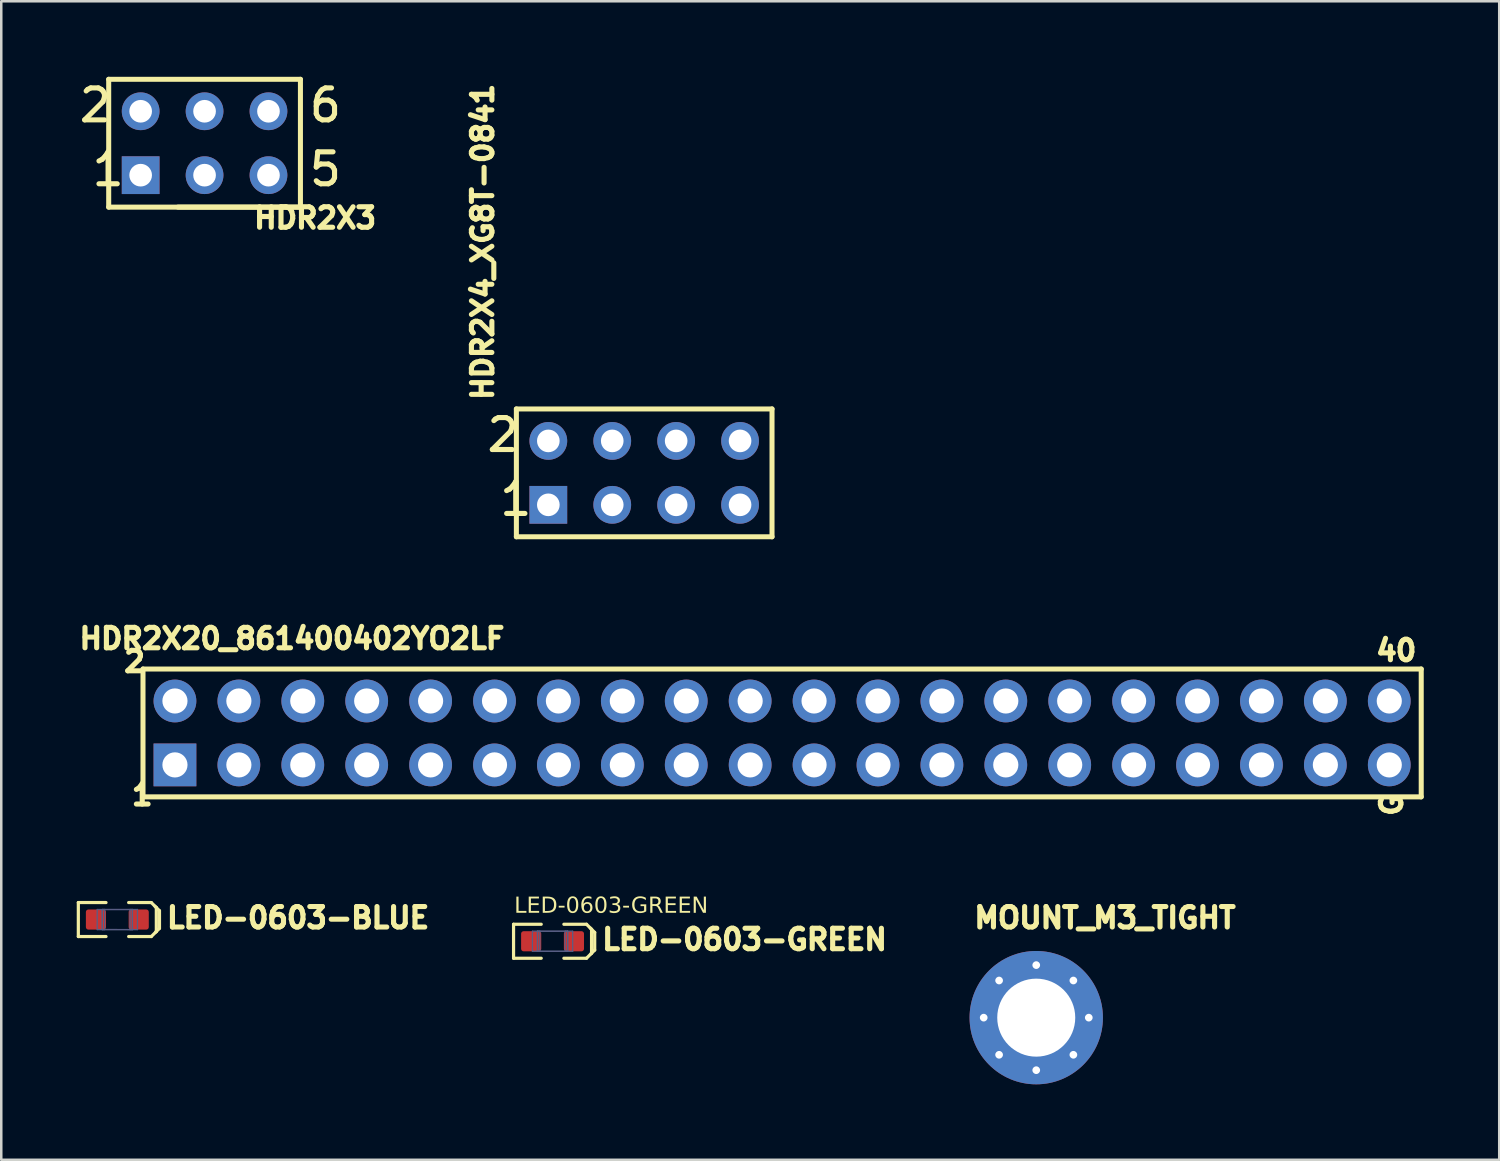
<source format=kicad_pcb>
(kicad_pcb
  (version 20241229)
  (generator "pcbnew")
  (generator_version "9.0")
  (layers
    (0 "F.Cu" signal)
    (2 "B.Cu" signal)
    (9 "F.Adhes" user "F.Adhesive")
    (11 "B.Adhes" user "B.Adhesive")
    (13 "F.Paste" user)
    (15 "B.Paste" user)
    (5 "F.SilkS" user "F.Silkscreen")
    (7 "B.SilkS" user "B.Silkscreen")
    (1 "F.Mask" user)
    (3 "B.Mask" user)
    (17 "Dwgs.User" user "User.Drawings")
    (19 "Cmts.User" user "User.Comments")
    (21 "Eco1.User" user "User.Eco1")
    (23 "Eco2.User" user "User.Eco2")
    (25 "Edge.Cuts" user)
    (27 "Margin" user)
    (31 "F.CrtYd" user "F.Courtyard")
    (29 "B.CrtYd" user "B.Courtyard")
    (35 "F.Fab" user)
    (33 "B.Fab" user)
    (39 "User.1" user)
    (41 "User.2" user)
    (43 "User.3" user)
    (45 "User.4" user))
  (footprint "HDR2X20_861400402YO2LF"
    (layer "F.Cu")
    (at 3.903 27.349)
    (property "Reference" "HDR2X20_861400402YO2LF" (at -3.903 -4.544 0) (unlocked yes) (layer "F.SilkS") (effects (font (size 0.813 0.813) (thickness 0.203)) (justify left bottom)))
    (fp_line (start -1.27 -3.81) (end 49.53 -3.81) (stroke (width 0.2) (type solid)) (layer "F.SilkS"))
    (fp_line (start -1.27 1.27) (end -1.27 -3.81) (stroke (width 0.2) (type solid)) (layer "F.SilkS"))
    (fp_line (start -1.27 1.27) (end 49.53 1.27) (stroke (width 0.2) (type solid)) (layer "F.SilkS"))
    (fp_line (start 49.53 1.27) (end 49.53 -3.81) (stroke (width 0.2) (type solid)) (layer "F.SilkS"))
    (fp_text user "1" (at -1.821 1.665 0) (unlocked yes) (layer "F.SilkS") (effects (font (size 0.813 0.813) (thickness 0.203)) (justify left bottom)))
    (fp_text user "2" (at -2.126 -3.63 0) (unlocked yes) (layer "F.SilkS") (effects (font (size 0.813 0.813) (thickness 0.203)) (justify left bottom)))
    (fp_text user "G" (at 48.83 2.13 90) (unlocked yes) (layer "F.SilkS") (effects (font (size 0.813 0.813) (thickness 0.203)) (justify left bottom)))
    (fp_text user "40" (at 47.63 -4.07 0) (unlocked yes) (layer "F.SilkS") (effects (font (size 0.813 0.813) (thickness 0.203)) (justify left bottom)))
    (pad "1" thru_hole rect (at 0 0) (size 1.7 1.7) (drill 1) (layers "*.Cu" "*.Mask"))
    (pad "2" thru_hole circle (at 0 -2.54) (size 1.7 1.7) (drill 1) (layers "*.Cu" "*.Mask"))
    (pad "3" thru_hole circle (at 2.54 0) (size 1.7 1.7) (drill 1) (layers "*.Cu" "*.Mask"))
    (pad "4" thru_hole circle (at 2.54 -2.54) (size 1.7 1.7) (drill 1) (layers "*.Cu" "*.Mask"))
    (pad "5" thru_hole circle (at 5.08 0) (size 1.7 1.7) (drill 1) (layers "*.Cu" "*.Mask"))
    (pad "6" thru_hole circle (at 5.08 -2.54) (size 1.7 1.7) (drill 1) (layers "*.Cu" "*.Mask"))
    (pad "7" thru_hole circle (at 7.62 0) (size 1.7 1.7) (drill 1) (layers "*.Cu" "*.Mask"))
    (pad "8" thru_hole circle (at 7.62 -2.54) (size 1.7 1.7) (drill 1) (layers "*.Cu" "*.Mask"))
    (pad "9" thru_hole circle (at 10.16 0) (size 1.7 1.7) (drill 1) (layers "*.Cu" "*.Mask"))
    (pad "10" thru_hole circle (at 10.16 -2.54) (size 1.7 1.7) (drill 1) (layers "*.Cu" "*.Mask"))
    (pad "11" thru_hole circle (at 12.7 0) (size 1.7 1.7) (drill 1) (layers "*.Cu" "*.Mask"))
    (pad "12" thru_hole circle (at 12.7 -2.54) (size 1.7 1.7) (drill 1) (layers "*.Cu" "*.Mask"))
    (pad "13" thru_hole circle (at 15.24 0) (size 1.7 1.7) (drill 1) (layers "*.Cu" "*.Mask"))
    (pad "14" thru_hole circle (at 15.24 -2.54) (size 1.7 1.7) (drill 1) (layers "*.Cu" "*.Mask"))
    (pad "15" thru_hole circle (at 17.78 0) (size 1.7 1.7) (drill 1) (layers "*.Cu" "*.Mask"))
    (pad "16" thru_hole circle (at 17.78 -2.54) (size 1.7 1.7) (drill 1) (layers "*.Cu" "*.Mask"))
    (pad "17" thru_hole circle (at 20.32 0) (size 1.7 1.7) (drill 1) (layers "*.Cu" "*.Mask"))
    (pad "18" thru_hole circle (at 20.32 -2.54) (size 1.7 1.7) (drill 1) (layers "*.Cu" "*.Mask"))
    (pad "19" thru_hole circle (at 22.86 0) (size 1.7 1.7) (drill 1) (layers "*.Cu" "*.Mask"))
    (pad "20" thru_hole circle (at 22.86 -2.54) (size 1.7 1.7) (drill 1) (layers "*.Cu" "*.Mask"))
    (pad "21" thru_hole circle (at 25.4 0) (size 1.7 1.7) (drill 1) (layers "*.Cu" "*.Mask"))
    (pad "22" thru_hole circle (at 25.4 -2.54) (size 1.7 1.7) (drill 1) (layers "*.Cu" "*.Mask"))
    (pad "23" thru_hole circle (at 27.94 0) (size 1.7 1.7) (drill 1) (layers "*.Cu" "*.Mask"))
    (pad "24" thru_hole circle (at 27.94 -2.54) (size 1.7 1.7) (drill 1) (layers "*.Cu" "*.Mask"))
    (pad "25" thru_hole circle (at 30.48 0) (size 1.7 1.7) (drill 1) (layers "*.Cu" "*.Mask"))
    (pad "26" thru_hole circle (at 30.48 -2.54) (size 1.7 1.7) (drill 1) (layers "*.Cu" "*.Mask"))
    (pad "27" thru_hole circle (at 33.02 0) (size 1.7 1.7) (drill 1) (layers "*.Cu" "*.Mask"))
    (pad "28" thru_hole circle (at 33.02 -2.54) (size 1.7 1.7) (drill 1) (layers "*.Cu" "*.Mask"))
    (pad "29" thru_hole circle (at 35.56 0) (size 1.7 1.7) (drill 1) (layers "*.Cu" "*.Mask"))
    (pad "30" thru_hole circle (at 35.56 -2.54) (size 1.7 1.7) (drill 1) (layers "*.Cu" "*.Mask"))
    (pad "31" thru_hole circle (at 38.1 0) (size 1.7 1.7) (drill 1) (layers "*.Cu" "*.Mask"))
    (pad "32" thru_hole circle (at 38.1 -2.54) (size 1.7 1.7) (drill 1) (layers "*.Cu" "*.Mask"))
    (pad "33" thru_hole circle (at 40.64 0) (size 1.7 1.7) (drill 1) (layers "*.Cu" "*.Mask"))
    (pad "34" thru_hole circle (at 40.64 -2.54) (size 1.7 1.7) (drill 1) (layers "*.Cu" "*.Mask"))
    (pad "35" thru_hole circle (at 43.18 0) (size 1.7 1.7) (drill 1) (layers "*.Cu" "*.Mask"))
    (pad "36" thru_hole circle (at 43.18 -2.54) (size 1.7 1.7) (drill 1) (layers "*.Cu" "*.Mask"))
    (pad "37" thru_hole circle (at 45.72 0) (size 1.7 1.7) (drill 1) (layers "*.Cu" "*.Mask"))
    (pad "38" thru_hole circle (at 45.72 -2.54) (size 1.7 1.7) (drill 1) (layers "*.Cu" "*.Mask"))
    (pad "39" thru_hole circle (at 48.26 0) (size 1.7 1.7) (drill 1) (layers "*.Cu" "*.Mask"))
    (pad "40" thru_hole circle (at 48.26 -2.54) (size 1.7 1.7) (drill 1) (layers "*.Cu" "*.Mask")))
  (footprint "HDR2X4_XG8T-0841"
    (layer "F.Cu")
    (at 18.742 17.013)
    (property "Reference" "HDR2X4_XG8T-0841" (at -2.134 -4.064 90) (unlocked yes) (layer "F.SilkS") (effects (font (size 0.813 0.813) (thickness 0.203)) (justify left bottom)))
    (fp_line (start -1.27 1.27) (end -1.27 -3.81) (stroke (width 0.2) (type solid)) (layer "F.SilkS"))
    (fp_line (start 8.89 -3.81) (end -1.27 -3.81) (stroke (width 0.2) (type solid)) (layer "F.SilkS"))
    (fp_line (start 8.89 1.27) (end -1.27 1.27) (stroke (width 0.2) (type solid)) (layer "F.SilkS"))
    (fp_line (start 8.89 1.27) (end 8.89 -3.81) (stroke (width 0.2) (type solid)) (layer "F.SilkS"))
    (fp_text user "1" (at -2.032 0.508 0) (unlocked yes) (layer "F.SilkS") (effects (font (size 1.27 1.27) (thickness 0.203)) (justify left bottom)))
    (fp_text user "2" (at -2.54 -2.032 0) (unlocked yes) (layer "F.SilkS") (effects (font (size 1.27 1.27) (thickness 0.203)) (justify left bottom)))
    (pad "1" thru_hole rect (at 0 0) (size 1.5 1.5) (drill 0.9) (layers "*.Cu" "*.Mask"))
    (pad "2" thru_hole circle (at 0 -2.54) (size 1.5 1.5) (drill 0.9) (layers "*.Cu" "*.Mask"))
    (pad "3" thru_hole circle (at 2.54 0) (size 1.5 1.5) (drill 0.9) (layers "*.Cu" "*.Mask"))
    (pad "4" thru_hole circle (at 2.54 -2.54) (size 1.5 1.5) (drill 0.9) (layers "*.Cu" "*.Mask"))
    (pad "5" thru_hole circle (at 5.08 0) (size 1.5 1.5) (drill 0.9) (layers "*.Cu" "*.Mask"))
    (pad "6" thru_hole circle (at 5.08 -2.54) (size 1.5 1.5) (drill 0.9) (layers "*.Cu" "*.Mask"))
    (pad "7" thru_hole circle (at 7.62 0) (size 1.5 1.5) (drill 0.9) (layers "*.Cu" "*.Mask"))
    (pad "8" thru_hole circle (at 7.62 -2.54) (size 1.5 1.5) (drill 0.9) (layers "*.Cu" "*.Mask")))
  (footprint "LED-0603-GREEN"
    (layer "F.Cu")
    (at 18.91 34.358)
    (property "Reference" "LED-0603-GREEN" (at 1.863 0.406 0) (unlocked yes) (layer "F.SilkS") (effects (font (size 0.813 0.813) (thickness 0.203)) (justify left bottom)))
    (fp_line (start -1.55 -0.675) (end -0.45 -0.675) (stroke (width 0.127) (type solid)) (layer "F.SilkS"))
    (fp_line (start -1.55 0.675) (end -1.55 -0.675) (stroke (width 0.127) (type solid)) (layer "F.SilkS"))
    (fp_line (start -1.55 0.675) (end -0.45 0.675) (stroke (width 0.127) (type solid)) (layer "F.SilkS"))
    (fp_line (start 0.45 -0.675) (end 1.35 -0.675) (stroke (width 0.127) (type solid)) (layer "F.SilkS"))
    (fp_line (start 0.45 0.675) (end 1.35 0.675) (stroke (width 0.127) (type solid)) (layer "F.SilkS"))
    (fp_line (start 1.35 -0.675) (end 1.55 -0.475) (stroke (width 0.127) (type solid)) (layer "F.SilkS"))
    (fp_line (start 1.35 0.675) (end 1.55 0.475) (stroke (width 0.127) (type solid)) (layer "F.SilkS"))
    (fp_line (start 1.5 -0.525) (end 1.675 -0.35) (stroke (width 0.127) (type solid)) (layer "F.SilkS"))
    (fp_line (start 1.525 0.5) (end 1.675 0.35) (stroke (width 0.127) (type solid)) (layer "F.SilkS"))
    (fp_line (start 1.55 0.475) (end 1.55 -0.475) (stroke (width 0.127) (type solid)) (layer "F.SilkS"))
    (fp_line (start 1.675 0.35) (end 1.675 -0.35) (stroke (width 0.127) (type solid)) (layer "F.SilkS"))
    (fp_line (start -1.55 -0.675) (end 1.55 -0.675) (stroke (width 0.076) (type solid)) (layer "Eco1.User"))
    (fp_line (start -1.55 0.675) (end -1.55 -0.675) (stroke (width 0.076) (type solid)) (layer "Eco1.User"))
    (fp_line (start -1.55 0.675) (end 1.55 0.675) (stroke (width 0.076) (type solid)) (layer "Eco1.User"))
    (fp_line (start 1.55 0.675) (end 1.55 -0.675) (stroke (width 0.076) (type solid)) (layer "Eco1.User"))
    (fp_circle (center 0 0) (end 0 -0.064) (stroke (width 0.127) (type solid)) (fill no) (layer "Eco1.User"))
    (fp_line (start -0.8 -0.4) (end -0.5 -0.4) (stroke (width 0.05) (type solid)) (layer "B.Fab"))
    (fp_line (start -0.8 0.4) (end -0.8 -0.4) (stroke (width 0.05) (type solid)) (layer "B.Fab"))
    (fp_line (start -0.8 0.4) (end -0.5 0.4) (stroke (width 0.05) (type solid)) (layer "B.Fab"))
    (fp_line (start -0.6 -0.399) (end 0.6 -0.4) (stroke (width 0.05) (type solid)) (layer "B.Fab"))
    (fp_line (start -0.6 0.399) (end 0.6 0.4) (stroke (width 0.05) (type solid)) (layer "B.Fab"))
    (fp_line (start -0.6 0.4) (end -0.6 -0.399) (stroke (width 0.05) (type solid)) (layer "B.Fab"))
    (fp_line (start -0.599 -0.398) (end 0.599 -0.398) (stroke (width 0.05) (type solid)) (layer "B.Fab"))
    (fp_line (start -0.599 0.398) (end -0.599 -0.398) (stroke (width 0.05) (type solid)) (layer "B.Fab"))
    (fp_line (start -0.599 0.398) (end 0.599 0.398) (stroke (width 0.05) (type solid)) (layer "B.Fab"))
    (fp_line (start -0.505 0.398) (end -0.505 -0.398) (stroke (width 0.05) (type solid)) (layer "B.Fab"))
    (fp_line (start 0.5 -0.4) (end 0.8 -0.4) (stroke (width 0.05) (type solid)) (layer "B.Fab"))
    (fp_line (start 0.5 0.4) (end 0.8 0.4) (stroke (width 0.05) (type solid)) (layer "B.Fab"))
    (fp_line (start 0.505 0.398) (end 0.505 -0.398) (stroke (width 0.05) (type solid)) (layer "B.Fab"))
    (fp_line (start 0.599 0.398) (end 0.599 -0.398) (stroke (width 0.05) (type solid)) (layer "B.Fab"))
    (fp_line (start 0.6 0.4) (end 0.6 -0.4) (stroke (width 0.05) (type solid)) (layer "B.Fab"))
    (fp_line (start 0.8 0.4) (end 0.8 -0.4) (stroke (width 0.05) (type solid)) (layer "B.Fab"))
    (fp_text user "${REFERENCE}" (at -1.525 -1.025 0) (unlocked yes) (layer "F.SilkS") (effects (font (face "Arial") (size 0.63 0.63) (thickness 0.158)) (justify left bottom)))
    (fp_text user "${REFERENCE}" (at -1.4 0.275 0) (unlocked yes) (layer "User.8") (effects (font (face "Arial") (size 0.63 0.63) (thickness 0.254)) (justify left bottom)))
    (pad "A" smd roundrect (at -0.85 0) (size 0.8 0.8) (layers "F.Cu" "F.Mask" "F.Paste") (roundrect_rratio 0.125))
    (pad "K" smd roundrect (at 0.85 0) (size 0.8 0.8) (layers "F.Cu" "F.Mask" "F.Paste") (roundrect_rratio 0.125))
    (zone (net_name "") (layer "F.Cu") (hatch edge 0.5) (connect_pads) (min_thickness 0.25) (filled_areas_thickness no) (keepout (tracks allowed) (vias allowed) (pads allowed) (copperpour not_allowed) (footprints allowed)) (placement (enabled no)) (fill) (polygon (pts (xy 18.41 33.858) (xy 19.41 33.858) (xy 19.41 34.858) (xy 18.41 34.858)))))
  (footprint "LED-0603-BLUE"
    (layer "F.Cu")
    (at 1.613 33.495)
    (property "Reference" "LED-0603-BLUE" (at 1.863 0.406 0) (unlocked yes) (layer "F.SilkS") (effects (font (size 0.813 0.813) (thickness 0.203)) (justify left bottom)))
    (fp_line (start -1.55 -0.675) (end -0.45 -0.675) (stroke (width 0.127) (type solid)) (layer "F.SilkS"))
    (fp_line (start -1.55 0.675) (end -1.55 -0.675) (stroke (width 0.127) (type solid)) (layer "F.SilkS"))
    (fp_line (start -1.55 0.675) (end -0.45 0.675) (stroke (width 0.127) (type solid)) (layer "F.SilkS"))
    (fp_line (start 0.45 -0.675) (end 1.35 -0.675) (stroke (width 0.127) (type solid)) (layer "F.SilkS"))
    (fp_line (start 0.45 0.675) (end 1.35 0.675) (stroke (width 0.127) (type solid)) (layer "F.SilkS"))
    (fp_line (start 1.35 -0.675) (end 1.55 -0.475) (stroke (width 0.127) (type solid)) (layer "F.SilkS"))
    (fp_line (start 1.35 0.675) (end 1.55 0.475) (stroke (width 0.127) (type solid)) (layer "F.SilkS"))
    (fp_line (start 1.5 -0.525) (end 1.675 -0.35) (stroke (width 0.127) (type solid)) (layer "F.SilkS"))
    (fp_line (start 1.525 0.5) (end 1.675 0.35) (stroke (width 0.127) (type solid)) (layer "F.SilkS"))
    (fp_line (start 1.55 0.475) (end 1.55 -0.475) (stroke (width 0.127) (type solid)) (layer "F.SilkS"))
    (fp_line (start 1.675 0.35) (end 1.675 -0.35) (stroke (width 0.127) (type solid)) (layer "F.SilkS"))
    (fp_line (start -1.55 -0.675) (end 1.55 -0.675) (stroke (width 0.076) (type solid)) (layer "Eco1.User"))
    (fp_line (start -1.55 0.675) (end -1.55 -0.675) (stroke (width 0.076) (type solid)) (layer "Eco1.User"))
    (fp_line (start -1.55 0.675) (end 1.55 0.675) (stroke (width 0.076) (type solid)) (layer "Eco1.User"))
    (fp_line (start 1.55 0.675) (end 1.55 -0.675) (stroke (width 0.076) (type solid)) (layer "Eco1.User"))
    (fp_circle (center 0 0) (end 0 -0.064) (stroke (width 0.127) (type solid)) (fill no) (layer "Eco1.User"))
    (fp_line (start -0.8 -0.4) (end -0.5 -0.4) (stroke (width 0.05) (type solid)) (layer "B.Fab"))
    (fp_line (start -0.8 0.4) (end -0.8 -0.4) (stroke (width 0.05) (type solid)) (layer "B.Fab"))
    (fp_line (start -0.8 0.4) (end -0.5 0.4) (stroke (width 0.05) (type solid)) (layer "B.Fab"))
    (fp_line (start -0.6 -0.399) (end 0.6 -0.4) (stroke (width 0.05) (type solid)) (layer "B.Fab"))
    (fp_line (start -0.6 0.399) (end 0.6 0.4) (stroke (width 0.05) (type solid)) (layer "B.Fab"))
    (fp_line (start -0.6 0.4) (end -0.6 -0.399) (stroke (width 0.05) (type solid)) (layer "B.Fab"))
    (fp_line (start -0.599 -0.398) (end 0.599 -0.398) (stroke (width 0.05) (type solid)) (layer "B.Fab"))
    (fp_line (start -0.599 0.398) (end -0.599 -0.398) (stroke (width 0.05) (type solid)) (layer "B.Fab"))
    (fp_line (start -0.599 0.398) (end 0.599 0.398) (stroke (width 0.05) (type solid)) (layer "B.Fab"))
    (fp_line (start -0.505 0.398) (end -0.505 -0.398) (stroke (width 0.05) (type solid)) (layer "B.Fab"))
    (fp_line (start 0.5 -0.4) (end 0.8 -0.4) (stroke (width 0.05) (type solid)) (layer "B.Fab"))
    (fp_line (start 0.5 0.4) (end 0.8 0.4) (stroke (width 0.05) (type solid)) (layer "B.Fab"))
    (fp_line (start 0.505 0.398) (end 0.505 -0.398) (stroke (width 0.05) (type solid)) (layer "B.Fab"))
    (fp_line (start 0.599 0.398) (end 0.599 -0.398) (stroke (width 0.05) (type solid)) (layer "B.Fab"))
    (fp_line (start 0.6 0.4) (end 0.6 -0.4) (stroke (width 0.05) (type solid)) (layer "B.Fab"))
    (fp_line (start 0.8 0.4) (end 0.8 -0.4) (stroke (width 0.05) (type solid)) (layer "B.Fab"))
    (fp_text user "${REFERENCE}" (at -1.425 0.3 0) (unlocked yes) (layer "User.8") (effects (font (face "Arial") (size 0.63 0.63) (thickness 0.254)) (justify left bottom)))
    (pad "A" smd roundrect (at -0.85 0) (size 0.8 0.8) (layers "F.Cu" "F.Mask" "F.Paste") (roundrect_rratio 0.125))
    (pad "K" smd roundrect (at 0.85 0) (size 0.8 0.8) (layers "F.Cu" "F.Mask" "F.Paste") (roundrect_rratio 0.125))
    (zone (net_name "") (layer "F.Cu") (hatch edge 0.5) (connect_pads) (min_thickness 0.25) (filled_areas_thickness no) (keepout (tracks allowed) (vias allowed) (pads allowed) (copperpour not_allowed) (footprints allowed)) (placement (enabled no)) (fill) (polygon (pts (xy 1.113 32.995) (xy 2.114 32.995) (xy 2.114 33.995) (xy 1.113 33.995)))))
  (footprint "MOUNT_M3_TIGHT"
    (layer "F.Cu")
    (at 38.133 37.394)
    (property "Reference" "MOUNT_M3_TIGHT" (at -2.57 -3.493 0) (unlocked yes) (layer "F.SilkS") (effects (font (size 0.813 0.813) (thickness 0.203)) (justify left bottom)))
    (pad "1" thru_hole circle (at -2.088 0 180) (size 0.356 0.356) (drill 0.305) (layers "*.Cu" "*.Mask"))
    (pad "1" thru_hole circle (at -1.476 -1.476 135) (size 0.356 0.356) (drill 0.305) (layers "*.Cu" "*.Mask"))
    (pad "1" thru_hole circle (at -1.476 1.476 225) (size 0.356 0.356) (drill 0.305) (layers "*.Cu" "*.Mask"))
    (pad "1" thru_hole circle (at 0 -2.088 90) (size 0.356 0.356) (drill 0.305) (layers "*.Cu" "*.Mask"))
    (pad "1" thru_hole circle (at 0 0) (size 5.3 5.3) (drill 3.1) (layers "*.Cu" "*.Mask"))
    (pad "1" thru_hole circle (at 0 2.088 270) (size 0.356 0.356) (drill 0.305) (layers "*.Cu" "*.Mask"))
    (pad "1" thru_hole circle (at 1.476 -1.476 45) (size 0.356 0.356) (drill 0.305) (layers "*.Cu" "*.Mask"))
    (pad "1" thru_hole circle (at 1.476 1.476 315) (size 0.356 0.356) (drill 0.305) (layers "*.Cu" "*.Mask"))
    (pad "1" thru_hole circle (at 2.088 0) (size 0.356 0.356) (drill 0.305) (layers "*.Cu" "*.Mask")))
  (footprint "HDR2X3"
    (layer "F.Cu")
    (at 2.54 3.912)
    (property "Reference" "HDR2X3" (at 4.399 2.179 0) (unlocked yes) (layer "F.SilkS") (effects (font (size 0.813 0.813) (thickness 0.203)) (justify left bottom)))
    (fp_line (start -1.27 -3.81) (end 6.35 -3.81) (stroke (width 0.2) (type solid)) (layer "F.SilkS"))
    (fp_line (start -1.27 1.27) (end -1.27 -3.81) (stroke (width 0.2) (type solid)) (layer "F.SilkS"))
    (fp_line (start -1.27 1.27) (end 6.35 1.27) (stroke (width 0.2) (type solid)) (layer "F.SilkS"))
    (fp_line (start 1.482 1.27) (end 6.35 1.27) (stroke (width 0.2) (type solid)) (layer "F.SilkS"))
    (fp_line (start 6.35 1.27) (end 6.35 -3.81) (stroke (width 0.2) (type solid)) (layer "F.SilkS"))
    (fp_text user "2" (at -2.54 -2.032 0) (unlocked yes) (layer "F.SilkS") (effects (font (size 1.27 1.27) (thickness 0.203)) (justify left bottom)))
    (fp_text user "5" (at 6.604 0.508 0) (unlocked yes) (layer "F.SilkS") (effects (font (size 1.27 1.27) (thickness 0.203)) (justify left bottom)))
    (fp_text user "1" (at -2.032 0.508 0) (unlocked yes) (layer "F.SilkS") (effects (font (size 1.27 1.27) (thickness 0.203)) (justify left bottom)))
    (fp_text user "6" (at 6.604 -2.032 0) (unlocked yes) (layer "F.SilkS") (effects (font (size 1.27 1.27) (thickness 0.203)) (justify left bottom)))
    (pad "1" thru_hole rect (at 0 0) (size 1.5 1.5) (drill 0.9) (layers "*.Cu" "*.Mask"))
    (pad "2" thru_hole circle (at 0 -2.54) (size 1.5 1.5) (drill 0.9) (layers "*.Cu" "*.Mask"))
    (pad "3" thru_hole circle (at 2.54 0) (size 1.5 1.5) (drill 0.9) (layers "*.Cu" "*.Mask"))
    (pad "4" thru_hole circle (at 2.54 -2.54) (size 1.5 1.5) (drill 0.9) (layers "*.Cu" "*.Mask"))
    (pad "5" thru_hole circle (at 5.08 0) (size 1.5 1.5) (drill 0.9) (layers "*.Cu" "*.Mask"))
    (pad "6" thru_hole circle (at 5.08 -2.54) (size 1.5 1.5) (drill 0.9) (layers "*.Cu" "*.Mask")))
  (gr_rect
    (start -3 -3)
    (end 56.533 43.044)
    (stroke (width 0.1) (type default))
    (fill no)
    (layer "Edge.Cuts")))
</source>
